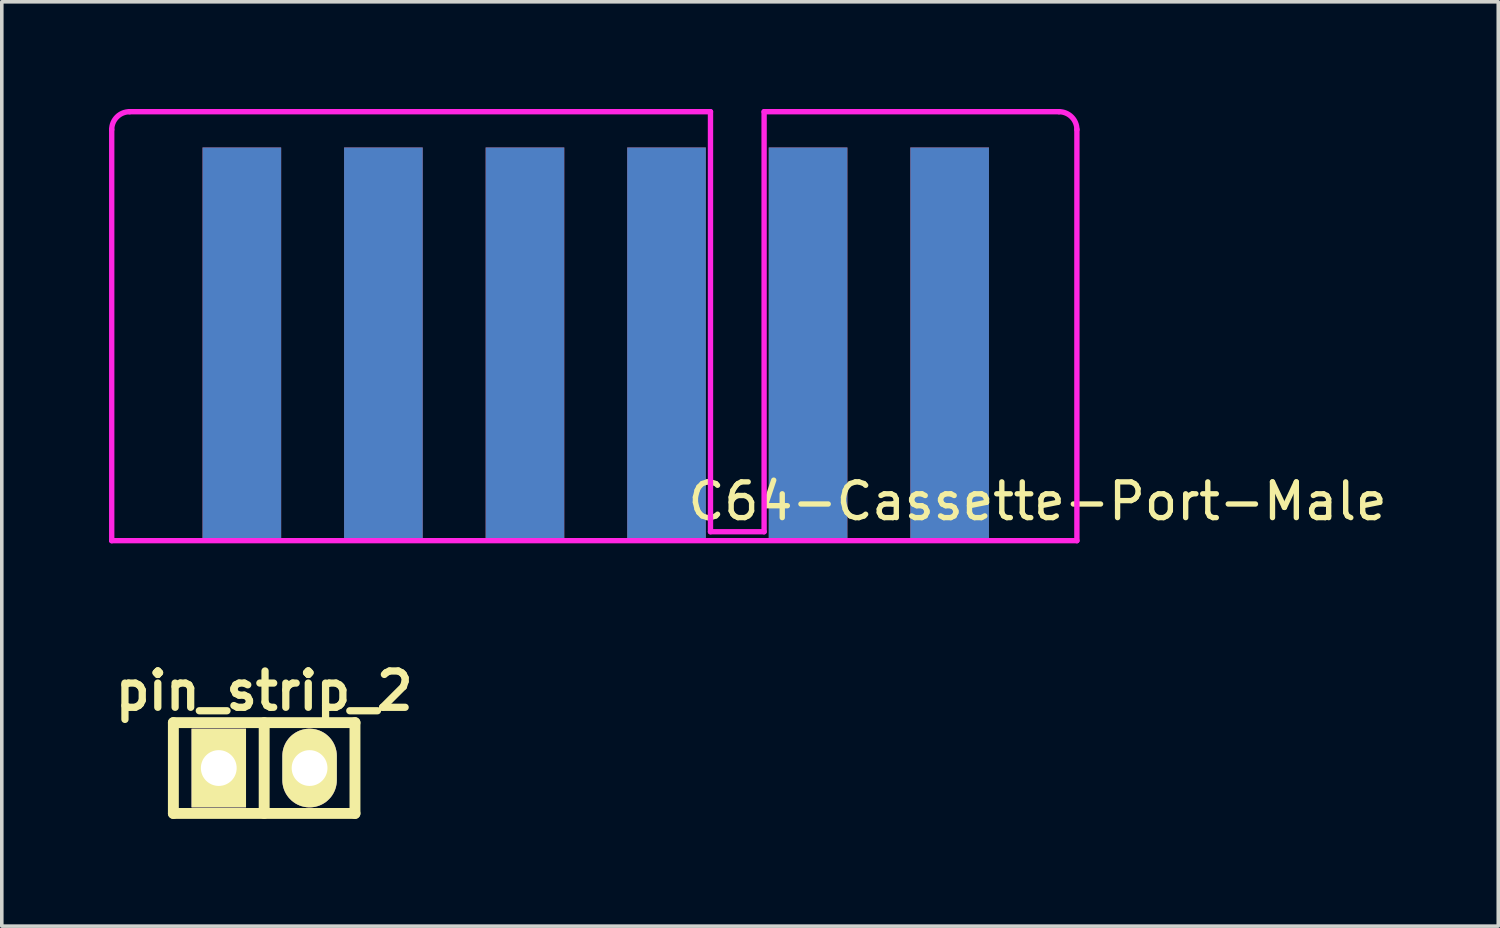
<source format=kicad_pcb>
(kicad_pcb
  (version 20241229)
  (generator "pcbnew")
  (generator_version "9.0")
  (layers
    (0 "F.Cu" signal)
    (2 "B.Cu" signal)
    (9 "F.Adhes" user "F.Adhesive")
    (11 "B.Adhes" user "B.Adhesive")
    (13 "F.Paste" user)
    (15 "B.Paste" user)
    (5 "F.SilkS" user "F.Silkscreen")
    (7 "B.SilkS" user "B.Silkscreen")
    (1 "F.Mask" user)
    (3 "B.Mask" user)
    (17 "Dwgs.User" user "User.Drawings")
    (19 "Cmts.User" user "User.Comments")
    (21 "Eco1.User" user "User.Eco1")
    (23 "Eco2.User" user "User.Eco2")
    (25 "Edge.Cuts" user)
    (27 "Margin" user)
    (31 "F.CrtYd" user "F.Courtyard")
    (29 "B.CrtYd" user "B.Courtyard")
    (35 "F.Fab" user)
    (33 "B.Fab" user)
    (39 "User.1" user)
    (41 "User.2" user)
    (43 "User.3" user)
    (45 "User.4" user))
  (footprint "pin_strip_2"
    (layer "F.Cu")
    (at 4.34 18.435)
    (property "Reference" "pin_strip_2" (at 0 -2.159 0) (layer "F.SilkS") (effects (font (size 1.016 1.016) (thickness 0.203))))
    (attr through_hole)
    (fp_line (start -2.54 -1.27) (end 2.54 -1.27) (stroke (width 0.305) (type solid)) (layer "F.SilkS"))
    (fp_line (start -2.54 1.27) (end -2.54 -1.27) (stroke (width 0.305) (type solid)) (layer "F.SilkS"))
    (fp_line (start 0 -1.27) (end 0 1.27) (stroke (width 0.305) (type solid)) (layer "F.SilkS"))
    (fp_line (start 2.54 -1.27) (end 2.54 1.27) (stroke (width 0.305) (type solid)) (layer "F.SilkS"))
    (fp_line (start 2.54 1.27) (end -2.54 1.27) (stroke (width 0.305) (type solid)) (layer "F.SilkS"))
    (pad "1" thru_hole rect (at -1.27 0) (size 1.524 2.2) (drill 1.001) (layers "*.Cu" "*.Mask" "F.SilkS"))
    (pad "2" thru_hole oval (at 1.27 0) (size 1.524 2.2) (drill 1.001) (layers "*.Cu" "*.Mask" "F.SilkS")))
  (footprint "C64-Cassette-Port-Male"
    (layer "F.Cu")
    (at 13.075 12.075)
    (property "Reference" "C64-Cassette-Port-Male" (at 12.9 -1.1 0) (layer "F.SilkS") (effects (font (size 1 1) (thickness 0.15))))
    (attr through_hole)
    (fp_line (start -13 -11.5) (end -13 0) (stroke (width 0.15) (type solid)) (layer "F.CrtYd"))
    (fp_line (start -13 0) (end 14 0) (stroke (width 0.15) (type solid)) (layer "F.CrtYd"))
    (fp_line (start 3.75 -12) (end -12.5 -12) (stroke (width 0.15) (type solid)) (layer "F.CrtYd"))
    (fp_line (start 3.75 -0.25) (end 3.75 -12) (stroke (width 0.15) (type solid)) (layer "F.CrtYd"))
    (fp_line (start 5.25 -12) (end 5.25 -0.25) (stroke (width 0.15) (type solid)) (layer "F.CrtYd"))
    (fp_line (start 5.25 -0.25) (end 3.75 -0.25) (stroke (width 0.15) (type solid)) (layer "F.CrtYd"))
    (fp_line (start 13.5 -12) (end 5.25 -12) (stroke (width 0.15) (type solid)) (layer "F.CrtYd"))
    (fp_line (start 14 0) (end 14 -11.5) (stroke (width 0.15) (type solid)) (layer "F.CrtYd"))
    (fp_arc (start -13 -11.5) (mid -12.853553 -11.853553) (end -12.5 -12) (stroke (width 0.15) (type solid)) (layer "F.CrtYd"))
    (fp_arc (start 13.5 -12) (mid 13.853553 -11.853553) (end 14 -11.5) (stroke (width 0.15) (type solid)) (layer "F.CrtYd"))
    (pad "1" smd rect (at 10.44 -5.5) (size 2.2 11) (layers "F.Cu" "F.Mask" "F.Paste"))
    (pad "2" smd rect (at 6.48 -5.5) (size 2.2 11) (layers "F.Cu" "F.Mask" "F.Paste"))
    (pad "3" smd rect (at 2.52 -5.5) (size 2.2 11) (layers "F.Cu" "F.Mask" "F.Paste"))
    (pad "4" smd rect (at -1.44 -5.5) (size 2.2 11) (layers "F.Cu" "F.Mask" "F.Paste"))
    (pad "5" smd rect (at -5.4 -5.5) (size 2.2 11) (layers "F.Cu" "F.Mask" "F.Paste"))
    (pad "6" smd rect (at -9.36 -5.5) (size 2.2 11) (layers "F.Cu" "F.Mask" "F.Paste"))
    (pad "A" smd rect (at 10.44 -5.5) (size 2.2 11) (layers "B.Cu" "B.Mask" "B.Paste"))
    (pad "B" smd rect (at 6.48 -5.5) (size 2.2 11) (layers "B.Cu" "B.Mask" "B.Paste"))
    (pad "C" smd rect (at 2.52 -5.5) (size 2.2 11) (layers "B.Cu" "B.Mask" "B.Paste"))
    (pad "D" smd rect (at -1.44 -5.5) (size 2.2 11) (layers "B.Cu" "B.Mask" "B.Paste"))
    (pad "E" smd rect (at -5.4 -5.5) (size 2.2 11) (layers "B.Cu" "B.Mask" "B.Paste"))
    (pad "F" smd rect (at -9.36 -5.5) (size 2.2 11) (layers "B.Cu" "B.Mask" "B.Paste")))
  (gr_rect
    (start -3 -3)
    (end 38.862 22.857)
    (stroke (width 0.1) (type default))
    (fill no)
    (layer "Edge.Cuts")))
</source>
